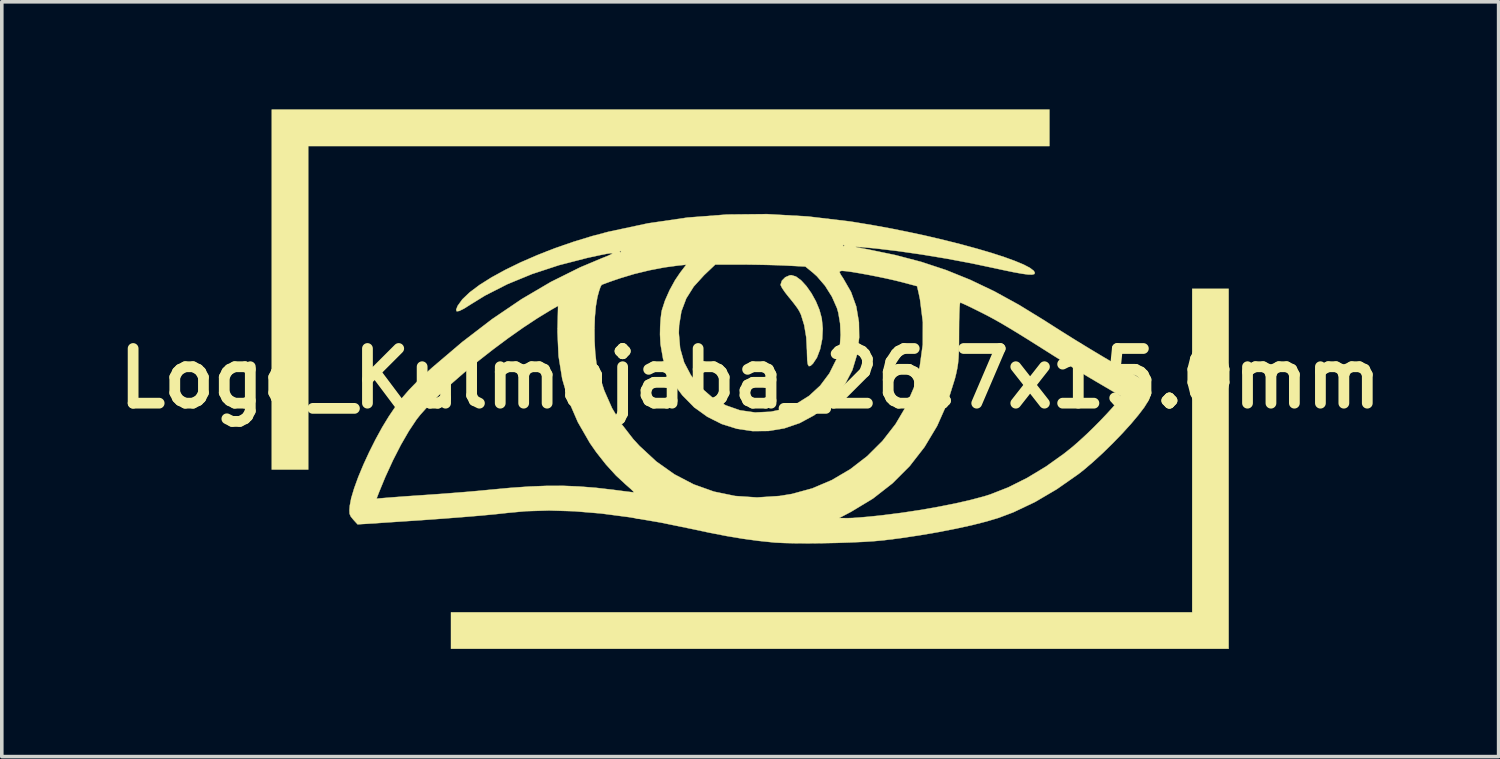
<source format=kicad_pcb>
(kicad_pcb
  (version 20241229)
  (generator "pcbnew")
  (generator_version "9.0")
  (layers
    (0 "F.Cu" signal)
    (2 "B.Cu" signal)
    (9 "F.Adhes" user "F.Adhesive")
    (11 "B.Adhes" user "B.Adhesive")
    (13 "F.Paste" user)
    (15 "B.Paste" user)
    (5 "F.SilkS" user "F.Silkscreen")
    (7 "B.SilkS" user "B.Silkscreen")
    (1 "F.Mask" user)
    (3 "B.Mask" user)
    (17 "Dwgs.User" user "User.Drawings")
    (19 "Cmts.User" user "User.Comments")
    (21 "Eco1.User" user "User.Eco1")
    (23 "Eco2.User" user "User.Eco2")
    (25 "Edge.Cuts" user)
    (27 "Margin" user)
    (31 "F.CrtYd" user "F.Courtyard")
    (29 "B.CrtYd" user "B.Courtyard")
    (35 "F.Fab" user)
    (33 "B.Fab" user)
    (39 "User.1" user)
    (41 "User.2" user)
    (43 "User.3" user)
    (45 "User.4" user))
  (footprint "Logo_Kulmajaba_26.7x15.0mm"
    (layer "F.Cu")
    (at 17.86 7.498)
    (property "Reference" "Logo_Kulmajaba_26.7x15.0mm" (at 0 0 0) (layer "F.SilkS") (effects (font (size 1.524 1.524) (thickness 0.3))))
    (attr through_hole)
    (fp_poly (pts (xy 8.34 -6.477) (xy -12.319 -6.477) (xy -12.319 2.54) (xy -13.335 2.54) (xy -13.335 -7.493) (xy 8.34 -7.493) (xy 8.34 -6.477)) (stroke (width 0.01) (type solid)) (fill yes) (layer "F.SilkS"))
    (fp_poly (pts (xy 13.335 7.535) (xy -8.34 7.535) (xy -8.34 6.519) (xy 12.319 6.519) (xy 12.319 -2.498) (xy 13.335 -2.498) (xy 13.335 7.535)) (stroke (width 0.01) (type solid)) (fill yes) (layer "F.SilkS"))
    (fp_poly (pts (xy 1.276 -2.84) (xy 1.419 -2.734) (xy 1.566 -2.574) (xy 1.706 -2.375) (xy 1.831 -2.149) (xy 1.93 -1.911) (xy 1.994 -1.674) (xy 1.994 -1.672) (xy 2.022 -1.387) (xy 2.006 -1.095) (xy 1.95 -0.819) (xy 1.86 -0.581) (xy 1.749 -0.414) (xy 1.682 -0.352) (xy 1.635 -0.342) (xy 1.605 -0.394) (xy 1.589 -0.512) (xy 1.583 -0.706) (xy 1.582 -0.773) (xy 1.562 -1.146) (xy 1.505 -1.486) (xy 1.416 -1.775) (xy 1.37 -1.873) (xy 1.314 -1.962) (xy 1.219 -2.09) (xy 1.105 -2.233) (xy 1.077 -2.265) (xy 0.971 -2.4) (xy 0.89 -2.518) (xy 0.849 -2.6) (xy 0.847 -2.615) (xy 0.884 -2.727) (xy 0.978 -2.821) (xy 1.102 -2.874) (xy 1.147 -2.879) (xy 1.276 -2.84)) (stroke (width 0.01) (type solid)) (fill yes) (layer "F.SilkS"))
    (fp_poly (pts (xy 1.608 -4.515) (xy 2.775 -4.376) (xy 2.9 -4.357) (xy 3.412 -4.272) (xy 3.928 -4.178) (xy 4.442 -4.074) (xy 4.945 -3.965) (xy 5.431 -3.85) (xy 5.894 -3.733) (xy 6.327 -3.615) (xy 6.722 -3.499) (xy 7.074 -3.385) (xy 7.375 -3.276) (xy 7.618 -3.175) (xy 7.796 -3.082) (xy 7.904 -2.999) (xy 7.934 -2.942) (xy 7.917 -2.909) (xy 7.856 -2.894) (xy 7.742 -2.897) (xy 7.571 -2.92) (xy 7.334 -2.963) (xy 7.026 -3.027) (xy 6.852 -3.065) (xy 6.166 -3.21) (xy 5.468 -3.341) (xy 4.779 -3.455) (xy 4.118 -3.55) (xy 3.505 -3.623) (xy 3.111 -3.659) (xy 2.992 -3.668) (xy 2.938 -3.669) (xy 2.952 -3.661) (xy 3.04 -3.642) (xy 3.205 -3.611) (xy 3.271 -3.599) (xy 4.043 -3.439) (xy 4.767 -3.249) (xy 5.458 -3.021) (xy 6.131 -2.749) (xy 6.804 -2.428) (xy 7.492 -2.05) (xy 8.211 -1.609) (xy 8.264 -1.574) (xy 8.651 -1.328) (xy 9.06 -1.072) (xy 9.473 -0.82) (xy 9.872 -0.581) (xy 10.237 -0.367) (xy 10.552 -0.19) (xy 10.558 -0.186) (xy 10.812 -0.039) (xy 10.994 0.086) (xy 11.11 0.2) (xy 11.166 0.31) (xy 11.169 0.428) (xy 11.125 0.563) (xy 11.094 0.626) (xy 10.984 0.803) (xy 10.819 1.02) (xy 10.611 1.268) (xy 10.369 1.534) (xy 10.105 1.807) (xy 9.83 2.076) (xy 9.556 2.327) (xy 9.293 2.552) (xy 9.147 2.666) (xy 8.545 3.087) (xy 7.937 3.444) (xy 7.333 3.731) (xy 6.921 3.886) (xy 6.589 3.985) (xy 6.188 4.087) (xy 5.733 4.187) (xy 5.241 4.283) (xy 4.727 4.371) (xy 4.207 4.449) (xy 3.725 4.51) (xy 3.468 4.534) (xy 3.149 4.555) (xy 2.788 4.571) (xy 2.401 4.584) (xy 2.006 4.592) (xy 1.621 4.596) (xy 1.264 4.594) (xy 0.952 4.587) (xy 0.702 4.575) (xy 0.656 4.571) (xy 0.226 4.526) (xy -0.202 4.468) (xy -0.651 4.393) (xy -1.141 4.298) (xy -1.566 4.207) (xy -2.496 4.016) (xy -3.22 3.892) (xy 2.477 3.892) (xy 2.731 3.893) (xy 2.86 3.889) (xy 3.052 3.875) (xy 3.287 3.855) (xy 3.544 3.829) (xy 3.704 3.811) (xy 4.224 3.745) (xy 4.745 3.666) (xy 5.25 3.577) (xy 5.725 3.483) (xy 6.154 3.384) (xy 6.523 3.286) (xy 6.688 3.234) (xy 7.195 3.035) (xy 7.721 2.771) (xy 8.246 2.454) (xy 8.751 2.093) (xy 8.996 1.897) (xy 9.179 1.736) (xy 9.375 1.556) (xy 9.573 1.364) (xy 9.765 1.17) (xy 9.943 0.983) (xy 10.097 0.814) (xy 10.218 0.671) (xy 10.298 0.563) (xy 10.328 0.5) (xy 10.325 0.491) (xy 10.284 0.465) (xy 10.183 0.405) (xy 10.033 0.316) (xy 9.846 0.206) (xy 9.673 0.105) (xy 9.401 -0.056) (xy 9.091 -0.243) (xy 8.776 -0.436) (xy 8.487 -0.616) (xy 8.403 -0.669) (xy 8.022 -0.91) (xy 7.702 -1.111) (xy 7.432 -1.278) (xy 7.202 -1.417) (xy 7.003 -1.535) (xy 6.823 -1.637) (xy 6.653 -1.729) (xy 6.483 -1.817) (xy 6.395 -1.861) (xy 6.206 -1.955) (xy 6.043 -2.034) (xy 5.922 -2.089) (xy 5.858 -2.116) (xy 5.853 -2.117) (xy 5.843 -2.076) (xy 5.834 -1.964) (xy 5.827 -1.793) (xy 5.822 -1.575) (xy 5.82 -1.324) (xy 5.82 -1.281) (xy 5.819 -0.983) (xy 5.815 -0.752) (xy 5.806 -0.57) (xy 5.792 -0.417) (xy 5.77 -0.277) (xy 5.739 -0.13) (xy 5.705 0.007) (xy 5.492 0.689) (xy 5.21 1.324) (xy 4.859 1.91) (xy 4.444 2.444) (xy 3.964 2.924) (xy 3.422 3.347) (xy 2.82 3.711) (xy 2.815 3.714) (xy 2.477 3.892) (xy -3.22 3.892) (xy -3.359 3.868) (xy -4.161 3.763) (xy -4.907 3.701) (xy -5.604 3.68) (xy -6.256 3.7) (xy -6.745 3.745) (xy -7.074 3.781) (xy -7.484 3.82) (xy -7.973 3.861) (xy -8.538 3.905) (xy -9.176 3.951) (xy -9.885 3.998) (xy -9.927 4.001) (xy -10.943 4.067) (xy -11.065 3.932) (xy -11.133 3.848) (xy -11.166 3.773) (xy -11.171 3.673) (xy -11.161 3.549) (xy -11.123 3.35) (xy -10.415 3.35) (xy -10.129 3.326) (xy -10.001 3.316) (xy -9.806 3.301) (xy -9.56 3.283) (xy -9.282 3.264) (xy -8.988 3.244) (xy -8.89 3.237) (xy -8.563 3.214) (xy -8.218 3.187) (xy -7.879 3.16) (xy -7.572 3.133) (xy -7.322 3.109) (xy -7.303 3.107) (xy -6.701 3.051) (xy -6.164 3.013) (xy -5.673 2.994) (xy -5.211 2.993) (xy -4.76 3.012) (xy -4.301 3.048) (xy -3.816 3.104) (xy -3.747 3.113) (xy -3.556 3.138) (xy -3.396 3.158) (xy -3.286 3.171) (xy -3.245 3.175) (xy -3.258 3.15) (xy -3.324 3.085) (xy -3.429 2.992) (xy -3.465 2.961) (xy -3.74 2.706) (xy -4.022 2.396) (xy -4.291 2.055) (xy -4.469 1.799) (xy -4.805 1.216) (xy -5.061 0.624) (xy -5.239 0.014) (xy -5.342 -0.624) (xy -5.372 -1.3) (xy -5.37 -1.382) (xy -4.341 -1.382) (xy -4.338 -1.043) (xy -4.32 -0.718) (xy -4.288 -0.431) (xy -4.244 -0.21) (xy -4.067 0.34) (xy -3.851 0.828) (xy -3.586 1.271) (xy -3.262 1.689) (xy -3.087 1.88) (xy -2.617 2.315) (xy -2.112 2.673) (xy -1.575 2.953) (xy -1.011 3.154) (xy -0.421 3.276) (xy 0.189 3.317) (xy 0.817 3.276) (xy 1.164 3.219) (xy 1.731 3.064) (xy 2.276 2.832) (xy 2.789 2.53) (xy 3.262 2.165) (xy 3.685 1.744) (xy 4.051 1.273) (xy 4.317 0.823) (xy 4.562 0.255) (xy 4.726 -0.337) (xy 4.81 -0.948) (xy 4.812 -1.57) (xy 4.733 -2.199) (xy 4.696 -2.376) (xy 4.651 -2.572) (xy 4.241 -2.681) (xy 4.041 -2.731) (xy 3.807 -2.784) (xy 3.554 -2.837) (xy 3.299 -2.887) (xy 3.056 -2.931) (xy 2.843 -2.967) (xy 2.674 -2.99) (xy 2.565 -2.999) (xy 2.542 -2.998) (xy 2.498 -2.985) (xy 2.492 -2.953) (xy 2.528 -2.885) (xy 2.589 -2.794) (xy 2.81 -2.41) (xy 2.956 -2.005) (xy 3.03 -1.569) (xy 3.037 -1.143) (xy 2.979 -0.67) (xy 2.848 -0.235) (xy 2.64 0.166) (xy 2.353 0.536) (xy 2.157 0.734) (xy 1.783 1.026) (xy 1.379 1.244) (xy 0.952 1.39) (xy 0.512 1.464) (xy 0.069 1.468) (xy -0.369 1.403) (xy -0.793 1.27) (xy -1.194 1.069) (xy -1.563 0.803) (xy -1.89 0.471) (xy -2.072 0.228) (xy -2.286 -0.149) (xy -2.427 -0.536) (xy -2.5 -0.954) (xy -2.514 -1.228) (xy -2.513 -1.267) (xy -1.99 -1.267) (xy -1.953 -0.839) (xy -1.842 -0.448) (xy -1.653 -0.089) (xy -1.384 0.245) (xy -1.382 0.247) (xy -1.051 0.535) (xy -0.682 0.749) (xy -0.284 0.888) (xy 0.136 0.948) (xy 0.569 0.928) (xy 0.889 0.861) (xy 1.284 0.709) (xy 1.64 0.486) (xy 1.951 0.2) (xy 2.207 -0.142) (xy 2.401 -0.53) (xy 2.439 -0.635) (xy 2.498 -0.901) (xy 2.52 -1.21) (xy 2.506 -1.532) (xy 2.455 -1.833) (xy 2.418 -1.962) (xy 2.277 -2.281) (xy 2.085 -2.585) (xy 1.86 -2.847) (xy 1.75 -2.946) (xy 1.538 -3.119) (xy 0.991 -3.147) (xy 0.746 -3.157) (xy 0.448 -3.165) (xy 0.131 -3.171) (xy -0.173 -3.175) (xy -0.264 -3.175) (xy -0.973 -3.175) (xy -1.285 -2.879) (xy -1.574 -2.561) (xy -1.783 -2.229) (xy -1.918 -1.871) (xy -1.982 -1.476) (xy -1.99 -1.267) (xy -2.513 -1.267) (xy -2.51 -1.447) (xy -2.496 -1.662) (xy -2.474 -1.84) (xy -2.461 -1.905) (xy -2.375 -2.17) (xy -2.247 -2.46) (xy -2.094 -2.739) (xy -1.951 -2.95) (xy -1.783 -3.17) (xy -2.003 -3.148) (xy -2.387 -3.096) (xy -2.809 -3.015) (xy -3.23 -2.913) (xy -3.611 -2.798) (xy -3.612 -2.798) (xy -3.804 -2.733) (xy -3.968 -2.675) (xy -4.087 -2.631) (xy -4.142 -2.608) (xy -4.142 -2.608) (xy -4.172 -2.556) (xy -4.211 -2.444) (xy -4.253 -2.292) (xy -4.262 -2.253) (xy -4.303 -2.011) (xy -4.33 -1.713) (xy -4.341 -1.382) (xy -5.37 -1.382) (xy -5.37 -1.41) (xy -5.355 -2.023) (xy -5.546 -1.914) (xy -5.924 -1.684) (xy -6.327 -1.418) (xy -6.743 -1.125) (xy -7.163 -0.812) (xy -7.576 -0.489) (xy -7.974 -0.162) (xy -8.344 0.16) (xy -8.678 0.468) (xy -8.965 0.754) (xy -9.195 1.011) (xy -9.301 1.145) (xy -9.514 1.465) (xy -9.737 1.851) (xy -9.959 2.285) (xy -10.172 2.749) (xy -10.344 3.167) (xy -10.415 3.35) (xy -11.123 3.35) (xy -11.12 3.334) (xy -11.039 3.063) (xy -10.925 2.749) (xy -10.783 2.408) (xy -10.62 2.054) (xy -10.443 1.701) (xy -10.258 1.363) (xy -10.072 1.058) (xy -9.89 0.789) (xy -9.707 0.548) (xy -9.508 0.318) (xy -9.278 0.081) (xy -9.001 -0.179) (xy -8.866 -0.301) (xy -8.024 -1.017) (xy -7.194 -1.653) (xy -6.372 -2.21) (xy -5.556 -2.69) (xy -4.742 -3.095) (xy -4.143 -3.347) (xy -3.972 -3.415) (xy -3.87 -3.462) (xy -3.838 -3.488) (xy -3.879 -3.492) (xy -3.995 -3.475) (xy -4.188 -3.437) (xy -4.46 -3.378) (xy -4.53 -3.363) (xy -5.331 -3.157) (xy -6.079 -2.911) (xy -6.768 -2.628) (xy -7.39 -2.311) (xy -7.786 -2.067) (xy -7.978 -1.946) (xy -8.109 -1.881) (xy -8.181 -1.871) (xy -8.196 -1.916) (xy -8.157 -2.016) (xy -8.155 -2.022) (xy -8.024 -2.204) (xy -7.818 -2.4) (xy -7.545 -2.605) (xy -7.212 -2.815) (xy -6.827 -3.026) (xy -6.399 -3.235) (xy -5.934 -3.437) (xy -5.684 -3.535) (xy -3.641 -3.535) (xy -3.619 -3.514) (xy -3.598 -3.535) (xy -3.619 -3.556) (xy -3.641 -3.535) (xy -5.684 -3.535) (xy -5.441 -3.63) (xy -5.226 -3.704) (xy 2.582 -3.704) (xy 2.603 -3.683) (xy 2.625 -3.704) (xy 2.603 -3.725) (xy 2.582 -3.704) (xy -5.226 -3.704) (xy -4.927 -3.808) (xy -4.401 -3.969) (xy -3.959 -4.086) (xy -2.85 -4.323) (xy -1.748 -4.484) (xy -0.644 -4.569) (xy 0.472 -4.58) (xy 1.608 -4.515)) (stroke (width 0.01) (type solid)) (fill yes) (layer "F.SilkS")))
  (gr_rect
    (start -3 -3)
    (end 38.72 18.038)
    (stroke (width 0.1) (type default))
    (fill no)
    (layer "Edge.Cuts")))
</source>
